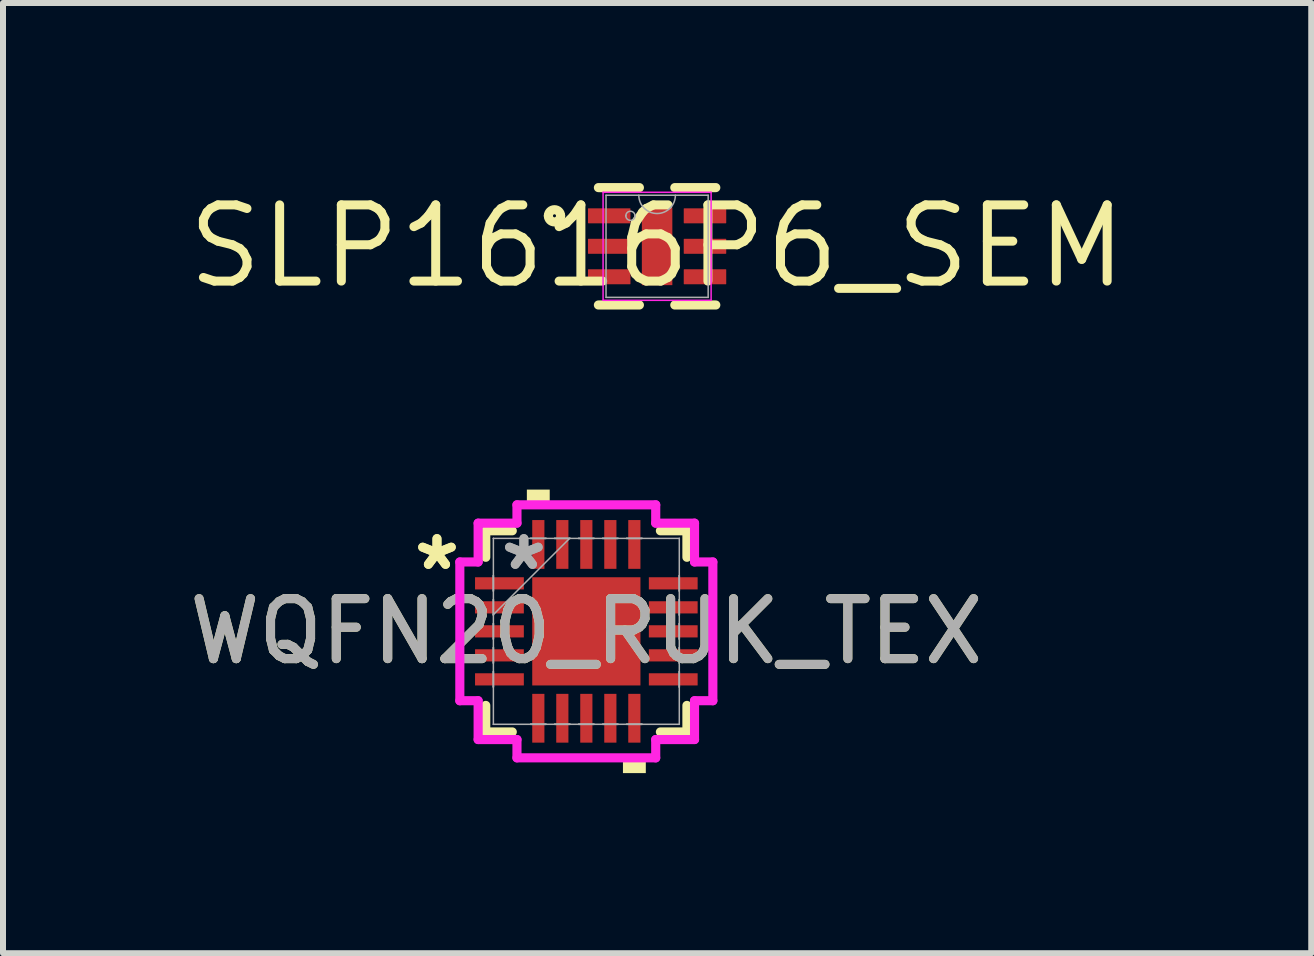
<source format=kicad_pcb>
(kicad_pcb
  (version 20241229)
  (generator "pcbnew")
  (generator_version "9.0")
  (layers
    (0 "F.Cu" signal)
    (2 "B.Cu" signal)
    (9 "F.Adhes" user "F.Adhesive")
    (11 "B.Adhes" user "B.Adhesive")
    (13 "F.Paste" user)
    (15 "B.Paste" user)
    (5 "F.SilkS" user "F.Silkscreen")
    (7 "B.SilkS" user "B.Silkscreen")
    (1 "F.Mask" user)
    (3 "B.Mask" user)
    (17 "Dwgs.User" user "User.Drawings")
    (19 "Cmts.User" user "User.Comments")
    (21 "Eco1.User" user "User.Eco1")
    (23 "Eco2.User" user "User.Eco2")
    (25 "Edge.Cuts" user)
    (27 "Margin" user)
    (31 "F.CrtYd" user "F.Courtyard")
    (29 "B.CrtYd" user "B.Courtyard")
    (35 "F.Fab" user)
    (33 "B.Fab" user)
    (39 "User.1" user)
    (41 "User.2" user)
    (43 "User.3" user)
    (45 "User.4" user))
  (footprint "WQFN20_RUK_TEX"
    (layer "F.Cu")
    (at 6.72 7.47)
    (property "Reference" "WQFN20_RUK_TEX" (at 0 0 0) (unlocked yes) (layer "F.SilkS") (effects (font (size 1 1) (thickness 0.15))))
    (attr smd)
    (fp_line (start -1.676 -1.676) (end -1.676 -1.234) (stroke (width 0.152) (type solid)) (layer "F.SilkS"))
    (fp_line (start -1.676 1.234) (end -1.676 1.676) (stroke (width 0.152) (type solid)) (layer "F.SilkS"))
    (fp_line (start -1.676 1.676) (end -1.234 1.676) (stroke (width 0.152) (type solid)) (layer "F.SilkS"))
    (fp_line (start -1.234 -1.676) (end -1.676 -1.676) (stroke (width 0.152) (type solid)) (layer "F.SilkS"))
    (fp_line (start 1.234 1.676) (end 1.676 1.676) (stroke (width 0.152) (type solid)) (layer "F.SilkS"))
    (fp_line (start 1.676 -1.676) (end 1.234 -1.676) (stroke (width 0.152) (type solid)) (layer "F.SilkS"))
    (fp_line (start 1.676 -1.234) (end 1.676 -1.676) (stroke (width 0.152) (type solid)) (layer "F.SilkS"))
    (fp_line (start 1.676 1.676) (end 1.676 1.234) (stroke (width 0.152) (type solid)) (layer "F.SilkS"))
    (fp_poly (pts (xy -0.991 -2.108) (xy -0.991 -2.362) (xy -0.61 -2.362) (xy -0.61 -2.108)) (stroke (width 0) (type solid)) (fill yes) (layer "F.SilkS"))
    (fp_poly (pts (xy 0.61 2.108) (xy 0.61 2.362) (xy 0.991 2.362) (xy 0.991 2.108)) (stroke (width 0) (type solid)) (fill yes) (layer "F.SilkS"))
    (fp_line (start -2.108 -1.156) (end -1.803 -1.156) (stroke (width 0.152) (type solid)) (layer "F.CrtYd"))
    (fp_line (start -2.108 1.156) (end -2.108 -1.156) (stroke (width 0.152) (type solid)) (layer "F.CrtYd"))
    (fp_line (start -1.803 -1.803) (end -1.156 -1.803) (stroke (width 0.152) (type solid)) (layer "F.CrtYd"))
    (fp_line (start -1.803 -1.156) (end -1.803 -1.803) (stroke (width 0.152) (type solid)) (layer "F.CrtYd"))
    (fp_line (start -1.803 1.156) (end -2.108 1.156) (stroke (width 0.152) (type solid)) (layer "F.CrtYd"))
    (fp_line (start -1.803 1.803) (end -1.803 1.156) (stroke (width 0.152) (type solid)) (layer "F.CrtYd"))
    (fp_line (start -1.156 -2.108) (end 1.156 -2.108) (stroke (width 0.152) (type solid)) (layer "F.CrtYd"))
    (fp_line (start -1.156 -1.803) (end -1.156 -2.108) (stroke (width 0.152) (type solid)) (layer "F.CrtYd"))
    (fp_line (start -1.156 1.803) (end -1.803 1.803) (stroke (width 0.152) (type solid)) (layer "F.CrtYd"))
    (fp_line (start -1.156 2.108) (end -1.156 1.803) (stroke (width 0.152) (type solid)) (layer "F.CrtYd"))
    (fp_line (start 1.156 -2.108) (end 1.156 -1.803) (stroke (width 0.152) (type solid)) (layer "F.CrtYd"))
    (fp_line (start 1.156 -1.803) (end 1.803 -1.803) (stroke (width 0.152) (type solid)) (layer "F.CrtYd"))
    (fp_line (start 1.156 1.803) (end 1.156 2.108) (stroke (width 0.152) (type solid)) (layer "F.CrtYd"))
    (fp_line (start 1.156 2.108) (end -1.156 2.108) (stroke (width 0.152) (type solid)) (layer "F.CrtYd"))
    (fp_line (start 1.803 -1.803) (end 1.803 -1.156) (stroke (width 0.152) (type solid)) (layer "F.CrtYd"))
    (fp_line (start 1.803 -1.156) (end 2.108 -1.156) (stroke (width 0.152) (type solid)) (layer "F.CrtYd"))
    (fp_line (start 1.803 1.156) (end 1.803 1.803) (stroke (width 0.152) (type solid)) (layer "F.CrtYd"))
    (fp_line (start 1.803 1.803) (end 1.156 1.803) (stroke (width 0.152) (type solid)) (layer "F.CrtYd"))
    (fp_line (start 2.108 -1.156) (end 2.108 1.156) (stroke (width 0.152) (type solid)) (layer "F.CrtYd"))
    (fp_line (start 2.108 1.156) (end 1.803 1.156) (stroke (width 0.152) (type solid)) (layer "F.CrtYd"))
    (fp_line (start -1.549 -1.549) (end -1.549 -1.549) (stroke (width 0.025) (type solid)) (layer "F.Fab"))
    (fp_line (start -1.549 -1.549) (end -1.549 1.549) (stroke (width 0.025) (type solid)) (layer "F.Fab"))
    (fp_line (start -1.549 -0.927) (end -1.549 -0.927) (stroke (width 0.025) (type solid)) (layer "F.Fab"))
    (fp_line (start -1.549 -0.927) (end -1.549 -0.673) (stroke (width 0.025) (type solid)) (layer "F.Fab"))
    (fp_line (start -1.549 -0.673) (end -1.549 -0.927) (stroke (width 0.025) (type solid)) (layer "F.Fab"))
    (fp_line (start -1.549 -0.673) (end -1.549 -0.673) (stroke (width 0.025) (type solid)) (layer "F.Fab"))
    (fp_line (start -1.549 -0.527) (end -1.549 -0.527) (stroke (width 0.025) (type solid)) (layer "F.Fab"))
    (fp_line (start -1.549 -0.527) (end -1.549 -0.273) (stroke (width 0.025) (type solid)) (layer "F.Fab"))
    (fp_line (start -1.549 -0.279) (end -0.279 -1.549) (stroke (width 0.025) (type solid)) (layer "F.Fab"))
    (fp_line (start -1.549 -0.273) (end -1.549 -0.527) (stroke (width 0.025) (type solid)) (layer "F.Fab"))
    (fp_line (start -1.549 -0.273) (end -1.549 -0.273) (stroke (width 0.025) (type solid)) (layer "F.Fab"))
    (fp_line (start -1.549 -0.127) (end -1.549 -0.127) (stroke (width 0.025) (type solid)) (layer "F.Fab"))
    (fp_line (start -1.549 -0.127) (end -1.549 0.127) (stroke (width 0.025) (type solid)) (layer "F.Fab"))
    (fp_line (start -1.549 0.127) (end -1.549 -0.127) (stroke (width 0.025) (type solid)) (layer "F.Fab"))
    (fp_line (start -1.549 0.127) (end -1.549 0.127) (stroke (width 0.025) (type solid)) (layer "F.Fab"))
    (fp_line (start -1.549 0.273) (end -1.549 0.273) (stroke (width 0.025) (type solid)) (layer "F.Fab"))
    (fp_line (start -1.549 0.273) (end -1.549 0.527) (stroke (width 0.025) (type solid)) (layer "F.Fab"))
    (fp_line (start -1.549 0.527) (end -1.549 0.273) (stroke (width 0.025) (type solid)) (layer "F.Fab"))
    (fp_line (start -1.549 0.527) (end -1.549 0.527) (stroke (width 0.025) (type solid)) (layer "F.Fab"))
    (fp_line (start -1.549 0.673) (end -1.549 0.673) (stroke (width 0.025) (type solid)) (layer "F.Fab"))
    (fp_line (start -1.549 0.673) (end -1.549 0.927) (stroke (width 0.025) (type solid)) (layer "F.Fab"))
    (fp_line (start -1.549 0.927) (end -1.549 0.673) (stroke (width 0.025) (type solid)) (layer "F.Fab"))
    (fp_line (start -1.549 0.927) (end -1.549 0.927) (stroke (width 0.025) (type solid)) (layer "F.Fab"))
    (fp_line (start -1.549 1.549) (end -1.549 1.549) (stroke (width 0.025) (type solid)) (layer "F.Fab"))
    (fp_line (start -1.549 1.549) (end 1.549 1.549) (stroke (width 0.025) (type solid)) (layer "F.Fab"))
    (fp_line (start -0.927 -1.549) (end -0.927 -1.549) (stroke (width 0.025) (type solid)) (layer "F.Fab"))
    (fp_line (start -0.927 -1.549) (end -0.673 -1.549) (stroke (width 0.025) (type solid)) (layer "F.Fab"))
    (fp_line (start -0.927 1.549) (end -0.927 1.549) (stroke (width 0.025) (type solid)) (layer "F.Fab"))
    (fp_line (start -0.927 1.549) (end -0.673 1.549) (stroke (width 0.025) (type solid)) (layer "F.Fab"))
    (fp_line (start -0.673 -1.549) (end -0.927 -1.549) (stroke (width 0.025) (type solid)) (layer "F.Fab"))
    (fp_line (start -0.673 -1.549) (end -0.673 -1.549) (stroke (width 0.025) (type solid)) (layer "F.Fab"))
    (fp_line (start -0.673 1.549) (end -0.927 1.549) (stroke (width 0.025) (type solid)) (layer "F.Fab"))
    (fp_line (start -0.673 1.549) (end -0.673 1.549) (stroke (width 0.025) (type solid)) (layer "F.Fab"))
    (fp_line (start -0.527 -1.549) (end -0.527 -1.549) (stroke (width 0.025) (type solid)) (layer "F.Fab"))
    (fp_line (start -0.527 -1.549) (end -0.273 -1.549) (stroke (width 0.025) (type solid)) (layer "F.Fab"))
    (fp_line (start -0.527 1.549) (end -0.527 1.549) (stroke (width 0.025) (type solid)) (layer "F.Fab"))
    (fp_line (start -0.527 1.549) (end -0.273 1.549) (stroke (width 0.025) (type solid)) (layer "F.Fab"))
    (fp_line (start -0.273 -1.549) (end -0.527 -1.549) (stroke (width 0.025) (type solid)) (layer "F.Fab"))
    (fp_line (start -0.273 -1.549) (end -0.273 -1.549) (stroke (width 0.025) (type solid)) (layer "F.Fab"))
    (fp_line (start -0.273 1.549) (end -0.527 1.549) (stroke (width 0.025) (type solid)) (layer "F.Fab"))
    (fp_line (start -0.273 1.549) (end -0.273 1.549) (stroke (width 0.025) (type solid)) (layer "F.Fab"))
    (fp_line (start -0.127 -1.549) (end -0.127 -1.549) (stroke (width 0.025) (type solid)) (layer "F.Fab"))
    (fp_line (start -0.127 -1.549) (end 0.127 -1.549) (stroke (width 0.025) (type solid)) (layer "F.Fab"))
    (fp_line (start -0.127 1.549) (end -0.127 1.549) (stroke (width 0.025) (type solid)) (layer "F.Fab"))
    (fp_line (start -0.127 1.549) (end 0.127 1.549) (stroke (width 0.025) (type solid)) (layer "F.Fab"))
    (fp_line (start 0.127 -1.549) (end -0.127 -1.549) (stroke (width 0.025) (type solid)) (layer "F.Fab"))
    (fp_line (start 0.127 -1.549) (end 0.127 -1.549) (stroke (width 0.025) (type solid)) (layer "F.Fab"))
    (fp_line (start 0.127 1.549) (end -0.127 1.549) (stroke (width 0.025) (type solid)) (layer "F.Fab"))
    (fp_line (start 0.127 1.549) (end 0.127 1.549) (stroke (width 0.025) (type solid)) (layer "F.Fab"))
    (fp_line (start 0.273 -1.549) (end 0.273 -1.549) (stroke (width 0.025) (type solid)) (layer "F.Fab"))
    (fp_line (start 0.273 -1.549) (end 0.527 -1.549) (stroke (width 0.025) (type solid)) (layer "F.Fab"))
    (fp_line (start 0.273 1.549) (end 0.273 1.549) (stroke (width 0.025) (type solid)) (layer "F.Fab"))
    (fp_line (start 0.273 1.549) (end 0.527 1.549) (stroke (width 0.025) (type solid)) (layer "F.Fab"))
    (fp_line (start 0.527 -1.549) (end 0.273 -1.549) (stroke (width 0.025) (type solid)) (layer "F.Fab"))
    (fp_line (start 0.527 -1.549) (end 0.527 -1.549) (stroke (width 0.025) (type solid)) (layer "F.Fab"))
    (fp_line (start 0.527 1.549) (end 0.273 1.549) (stroke (width 0.025) (type solid)) (layer "F.Fab"))
    (fp_line (start 0.527 1.549) (end 0.527 1.549) (stroke (width 0.025) (type solid)) (layer "F.Fab"))
    (fp_line (start 0.673 -1.549) (end 0.673 -1.549) (stroke (width 0.025) (type solid)) (layer "F.Fab"))
    (fp_line (start 0.673 -1.549) (end 0.927 -1.549) (stroke (width 0.025) (type solid)) (layer "F.Fab"))
    (fp_line (start 0.673 1.549) (end 0.673 1.549) (stroke (width 0.025) (type solid)) (layer "F.Fab"))
    (fp_line (start 0.673 1.549) (end 0.927 1.549) (stroke (width 0.025) (type solid)) (layer "F.Fab"))
    (fp_line (start 0.927 -1.549) (end 0.673 -1.549) (stroke (width 0.025) (type solid)) (layer "F.Fab"))
    (fp_line (start 0.927 -1.549) (end 0.927 -1.549) (stroke (width 0.025) (type solid)) (layer "F.Fab"))
    (fp_line (start 0.927 1.549) (end 0.673 1.549) (stroke (width 0.025) (type solid)) (layer "F.Fab"))
    (fp_line (start 0.927 1.549) (end 0.927 1.549) (stroke (width 0.025) (type solid)) (layer "F.Fab"))
    (fp_line (start 1.549 -1.549) (end -1.549 -1.549) (stroke (width 0.025) (type solid)) (layer "F.Fab"))
    (fp_line (start 1.549 -1.549) (end 1.549 -1.549) (stroke (width 0.025) (type solid)) (layer "F.Fab"))
    (fp_line (start 1.549 -0.927) (end 1.549 -0.927) (stroke (width 0.025) (type solid)) (layer "F.Fab"))
    (fp_line (start 1.549 -0.927) (end 1.549 -0.673) (stroke (width 0.025) (type solid)) (layer "F.Fab"))
    (fp_line (start 1.549 -0.673) (end 1.549 -0.927) (stroke (width 0.025) (type solid)) (layer "F.Fab"))
    (fp_line (start 1.549 -0.673) (end 1.549 -0.673) (stroke (width 0.025) (type solid)) (layer "F.Fab"))
    (fp_line (start 1.549 -0.527) (end 1.549 -0.527) (stroke (width 0.025) (type solid)) (layer "F.Fab"))
    (fp_line (start 1.549 -0.527) (end 1.549 -0.273) (stroke (width 0.025) (type solid)) (layer "F.Fab"))
    (fp_line (start 1.549 -0.273) (end 1.549 -0.527) (stroke (width 0.025) (type solid)) (layer "F.Fab"))
    (fp_line (start 1.549 -0.273) (end 1.549 -0.273) (stroke (width 0.025) (type solid)) (layer "F.Fab"))
    (fp_line (start 1.549 -0.127) (end 1.549 -0.127) (stroke (width 0.025) (type solid)) (layer "F.Fab"))
    (fp_line (start 1.549 -0.127) (end 1.549 0.127) (stroke (width 0.025) (type solid)) (layer "F.Fab"))
    (fp_line (start 1.549 0.127) (end 1.549 -0.127) (stroke (width 0.025) (type solid)) (layer "F.Fab"))
    (fp_line (start 1.549 0.127) (end 1.549 0.127) (stroke (width 0.025) (type solid)) (layer "F.Fab"))
    (fp_line (start 1.549 0.273) (end 1.549 0.273) (stroke (width 0.025) (type solid)) (layer "F.Fab"))
    (fp_line (start 1.549 0.273) (end 1.549 0.527) (stroke (width 0.025) (type solid)) (layer "F.Fab"))
    (fp_line (start 1.549 0.527) (end 1.549 0.273) (stroke (width 0.025) (type solid)) (layer "F.Fab"))
    (fp_line (start 1.549 0.527) (end 1.549 0.527) (stroke (width 0.025) (type solid)) (layer "F.Fab"))
    (fp_line (start 1.549 0.673) (end 1.549 0.673) (stroke (width 0.025) (type solid)) (layer "F.Fab"))
    (fp_line (start 1.549 0.673) (end 1.549 0.927) (stroke (width 0.025) (type solid)) (layer "F.Fab"))
    (fp_line (start 1.549 0.927) (end 1.549 0.673) (stroke (width 0.025) (type solid)) (layer "F.Fab"))
    (fp_line (start 1.549 0.927) (end 1.549 0.927) (stroke (width 0.025) (type solid)) (layer "F.Fab"))
    (fp_line (start 1.549 1.549) (end 1.549 -1.549) (stroke (width 0.025) (type solid)) (layer "F.Fab"))
    (fp_line (start 1.549 1.549) (end 1.549 1.549) (stroke (width 0.025) (type solid)) (layer "F.Fab"))
    (fp_text user "*" (at -2.489 -1 0) (layer "F.SilkS") (effects (font (size 1 1) (thickness 0.15))))
    (fp_text user "*" (at -2.489 -1 0) (unlocked yes) (layer "F.SilkS") (effects (font (size 1 1) (thickness 0.15))))
    (fp_text user "*" (at -1.041 -1 0) (unlocked yes) (layer "F.Fab") (effects (font (size 1 1) (thickness 0.15))))
    (fp_text user "*" (at -1.041 -1 0) (layer "F.Fab") (effects (font (size 1 1) (thickness 0.15))))
    (fp_text user "${REFERENCE}" (at 0 0 0) (unlocked yes) (layer "F.Fab") (effects (font (size 1 1) (thickness 0.15))))
    (pad "1" smd rect (at -1.448 -0.8 90) (size 0.203 0.813) (layers "F.Cu" "F.Mask" "F.Paste"))
    (pad "2" smd rect (at -1.448 -0.4 90) (size 0.203 0.813) (layers "F.Cu" "F.Mask" "F.Paste"))
    (pad "3" smd rect (at -1.448 0 90) (size 0.203 0.813) (layers "F.Cu" "F.Mask" "F.Paste"))
    (pad "4" smd rect (at -1.448 0.4 90) (size 0.203 0.813) (layers "F.Cu" "F.Mask" "F.Paste"))
    (pad "5" smd rect (at -1.448 0.8 90) (size 0.203 0.813) (layers "F.Cu" "F.Mask" "F.Paste"))
    (pad "6" smd rect (at -0.8 1.448) (size 0.203 0.813) (layers "F.Cu" "F.Mask" "F.Paste"))
    (pad "7" smd rect (at -0.4 1.448) (size 0.203 0.813) (layers "F.Cu" "F.Mask" "F.Paste"))
    (pad "8" smd rect (at 0 1.448) (size 0.203 0.813) (layers "F.Cu" "F.Mask" "F.Paste"))
    (pad "9" smd rect (at 0.4 1.448) (size 0.203 0.813) (layers "F.Cu" "F.Mask" "F.Paste"))
    (pad "10" smd rect (at 0.8 1.448) (size 0.203 0.813) (layers "F.Cu" "F.Mask" "F.Paste"))
    (pad "11" smd rect (at 1.448 0.8 90) (size 0.203 0.813) (layers "F.Cu" "F.Mask" "F.Paste"))
    (pad "12" smd rect (at 1.448 0.4 90) (size 0.203 0.813) (layers "F.Cu" "F.Mask" "F.Paste"))
    (pad "13" smd rect (at 1.448 0 90) (size 0.203 0.813) (layers "F.Cu" "F.Mask" "F.Paste"))
    (pad "14" smd rect (at 1.448 -0.4 90) (size 0.203 0.813) (layers "F.Cu" "F.Mask" "F.Paste"))
    (pad "15" smd rect (at 1.448 -0.8 90) (size 0.203 0.813) (layers "F.Cu" "F.Mask" "F.Paste"))
    (pad "16" smd rect (at 0.8 -1.448) (size 0.203 0.813) (layers "F.Cu" "F.Mask" "F.Paste"))
    (pad "17" smd rect (at 0.4 -1.448) (size 0.203 0.813) (layers "F.Cu" "F.Mask" "F.Paste"))
    (pad "18" smd rect (at 0 -1.448) (size 0.203 0.813) (layers "F.Cu" "F.Mask" "F.Paste"))
    (pad "19" smd rect (at -0.4 -1.448) (size 0.203 0.813) (layers "F.Cu" "F.Mask" "F.Paste"))
    (pad "20" smd rect (at -0.8 -1.448) (size 0.203 0.813) (layers "F.Cu" "F.Mask" "F.Paste"))
    (pad "21" smd rect (at 0 0) (size 1.803 1.803) (layers "F.Cu" "F.Mask" "F.Paste")))
  (footprint "SLP1616P6_SEM"
    (layer "F.Cu")
    (at 7.899 1.054)
    (property "Reference" "SLP1616P6_SEM" (at 0 0 0) (layer "F.SilkS") (effects (font (size 1.27 1.27) (thickness 0.15))))
    (fp_line (start -0.978 0.978) (end -0.295 0.978) (stroke (width 0.152) (type solid)) (layer "F.SilkS"))
    (fp_line (start -0.295 -0.978) (end -0.978 -0.978) (stroke (width 0.152) (type solid)) (layer "F.SilkS"))
    (fp_line (start 0.295 0.978) (end 0.978 0.978) (stroke (width 0.152) (type solid)) (layer "F.SilkS"))
    (fp_line (start 0.978 -0.978) (end 0.295 -0.978) (stroke (width 0.152) (type solid)) (layer "F.SilkS"))
    (fp_arc (start -1.8113 -0.508) (mid -1.7097 -0.6096) (end -1.6081 -0.508) (stroke (width 0.1524) (type solid)) (layer "F.SilkS"))
    (fp_arc (start -1.6081 -0.508) (mid -1.7097 -0.4064) (end -1.8113 -0.508) (stroke (width 0.1524) (type solid)) (layer "F.SilkS"))
    (fp_line (start -0.9 -0.9) (end -0.9 0.9) (stroke (width 0.025) (type solid)) (layer "F.CrtYd"))
    (fp_line (start -0.9 0.9) (end 0.9 0.9) (stroke (width 0.025) (type solid)) (layer "F.CrtYd"))
    (fp_line (start 0.9 -0.9) (end -0.9 -0.9) (stroke (width 0.025) (type solid)) (layer "F.CrtYd"))
    (fp_line (start 0.9 0.9) (end 0.9 -0.9) (stroke (width 0.025) (type solid)) (layer "F.CrtYd"))
    (fp_line (start -0.851 -0.851) (end -0.851 0.851) (stroke (width 0.025) (type solid)) (layer "F.Fab"))
    (fp_line (start -0.851 0.851) (end 0.851 0.851) (stroke (width 0.025) (type solid)) (layer "F.Fab"))
    (fp_line (start 0.851 -0.851) (end -0.851 -0.851) (stroke (width 0.025) (type solid)) (layer "F.Fab"))
    (fp_line (start 0.851 0.851) (end 0.851 -0.851) (stroke (width 0.025) (type solid)) (layer "F.Fab"))
    (fp_arc (start -0.5207 -0.508) (mid -0.4445 -0.5842) (end -0.3683 -0.508) (stroke (width 0.0254) (type solid)) (layer "F.Fab"))
    (fp_arc (start -0.3683 -0.508) (mid -0.4445 -0.4318) (end -0.5207 -0.508) (stroke (width 0.0254) (type solid)) (layer "F.Fab"))
    (fp_arc (start 0.3048 -0.8509) (mid 0 -0.5461) (end -0.3048 -0.8509) (stroke (width 0.0254) (type solid)) (layer "F.Fab"))
    (pad "1" smd roundrect (at -0.798 -0.508) (size 0.708 0.25) (layers "F.Cu" "F.Mask" "F.Paste") (roundrect_rratio 0.033))
    (pad "2" smd roundrect (at -0.798 0) (size 0.708 0.25) (layers "F.Cu" "F.Mask" "F.Paste") (roundrect_rratio 0.033))
    (pad "3" smd roundrect (at -0.798 0.508) (size 0.708 0.25) (layers "F.Cu" "F.Mask" "F.Paste") (roundrect_rratio 0.033))
    (pad "4" smd roundrect (at 0.798 0.508) (size 0.708 0.25) (layers "F.Cu" "F.Mask" "F.Paste") (roundrect_rratio 0.033))
    (pad "5" smd roundrect (at 0.798 0) (size 0.708 0.25) (layers "F.Cu" "F.Mask" "F.Paste") (roundrect_rratio 0.033))
    (pad "6" smd roundrect (at 0.798 -0.508) (size 0.708 0.25) (layers "F.Cu" "F.Mask" "F.Paste") (roundrect_rratio 0.033))
    (pad "7" smd rect (at 0 0 90) (size 1.295 0.508) (layers "F.Cu" "F.Mask" "F.Paste")))
  (gr_rect
    (start -3 -3)
    (end 18.799 12.833)
    (stroke (width 0.1) (type default))
    (fill no)
    (layer "Edge.Cuts")))
</source>
